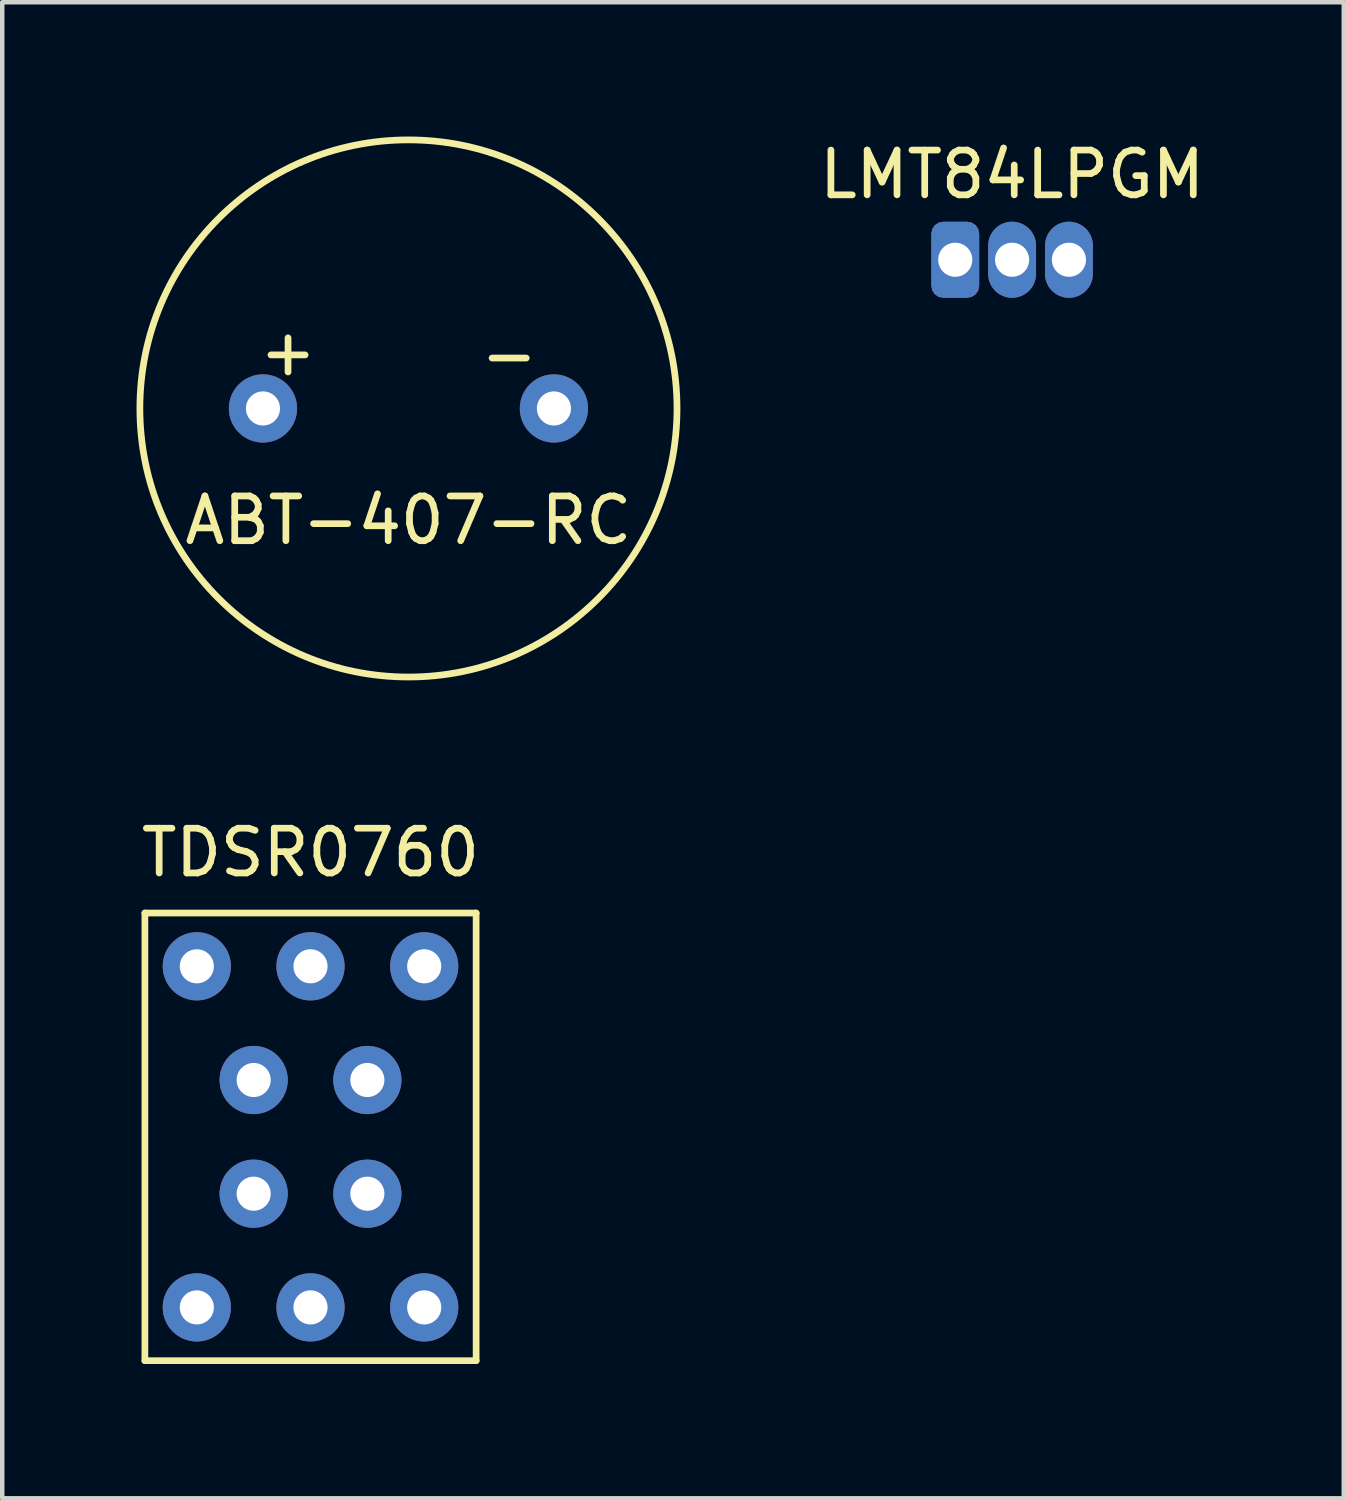
<source format=kicad_pcb>
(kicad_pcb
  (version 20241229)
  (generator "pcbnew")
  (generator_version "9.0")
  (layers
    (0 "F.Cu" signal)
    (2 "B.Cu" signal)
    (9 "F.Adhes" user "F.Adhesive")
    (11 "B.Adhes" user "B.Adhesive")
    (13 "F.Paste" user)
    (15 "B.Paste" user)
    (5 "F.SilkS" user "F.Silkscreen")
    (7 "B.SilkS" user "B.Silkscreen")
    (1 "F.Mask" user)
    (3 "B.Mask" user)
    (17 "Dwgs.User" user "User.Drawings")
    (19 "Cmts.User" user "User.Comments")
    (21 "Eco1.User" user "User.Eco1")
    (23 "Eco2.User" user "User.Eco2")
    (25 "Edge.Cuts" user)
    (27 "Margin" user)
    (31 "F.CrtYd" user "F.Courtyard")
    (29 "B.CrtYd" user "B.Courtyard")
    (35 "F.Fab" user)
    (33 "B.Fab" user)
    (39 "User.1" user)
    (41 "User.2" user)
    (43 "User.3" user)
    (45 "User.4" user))
  (footprint "LMT84LPGM"
    (layer "F.Cu")
    (at 18.291 2.753)
    (property "Reference" "LMT84LPGM" (at 1.27 -1.905 0) (layer "F.SilkS") (effects (font (size 1 1) (thickness 0.15))))
    (attr through_hole)
    (pad "1" thru_hole roundrect (at 0 0) (size 1.07 1.7) (drill oval 0.762) (layers "*.Cu" "*.Mask") (roundrect_rratio 0.25))
    (pad "2" thru_hole oval (at 1.27 0) (size 1.07 1.7) (drill oval 0.762) (layers "*.Cu" "*.Mask"))
    (pad "3" thru_hole oval (at 2.54 0) (size 1.07 1.7) (drill oval 0.762) (layers "*.Cu" "*.Mask")))
  (footprint "ABT-407-RC"
    (layer "F.Cu")
    (at 2.825 6.075)
    (property "Reference" "ABT-407-RC" (at 3.25 2.5 0) (layer "F.SilkS") (effects (font (size 1 1) (thickness 0.15))))
    (attr through_hole)
    (fp_circle (center 3.25 0) (end 9.25 0) (stroke (width 0.15) (type solid)) (fill no) (layer "F.SilkS"))
    (fp_text user "+" (at 0.56 -1.27 0) (layer "F.SilkS") (effects (font (size 1 1) (thickness 0.15))))
    (fp_text user "-" (at 5.5 -1.2 0) (layer "F.SilkS") (effects (font (size 1 1) (thickness 0.15))))
    (pad "1" thru_hole circle (at 0 0) (size 1.524 1.524) (drill 0.762) (layers "*.Cu" "*.Mask"))
    (pad "2" thru_hole circle (at 6.5 0) (size 1.524 1.524) (drill 0.762) (layers "*.Cu" "*.Mask")))
  (footprint "TDSR0760"
    (layer "F.Cu")
    (at 3.887 22.348)
    (property "Reference" "TDSR0760" (at 0 -6.35 0) (layer "F.SilkS") (effects (font (size 1 1) (thickness 0.15))))
    (attr through_hole)
    (fp_line (start -3.7 -5) (end -3.7 5) (stroke (width 0.15) (type solid)) (layer "F.SilkS"))
    (fp_line (start -3.7 5) (end 3.7 5) (stroke (width 0.15) (type solid)) (layer "F.SilkS"))
    (fp_line (start 3.7 -5) (end -3.7 -5) (stroke (width 0.15) (type solid)) (layer "F.SilkS"))
    (fp_line (start 3.7 5) (end 3.7 -5) (stroke (width 0.15) (type solid)) (layer "F.SilkS"))
    (pad "1" thru_hole circle (at -2.54 3.81) (size 1.524 1.524) (drill 0.762) (layers "*.Cu" "*.Mask"))
    (pad "2" thru_hole circle (at -1.27 1.27) (size 1.524 1.524) (drill 0.762) (layers "*.Cu" "*.Mask"))
    (pad "3" thru_hole circle (at 0 3.81) (size 1.524 1.524) (drill 0.762) (layers "*.Cu" "*.Mask"))
    (pad "4" thru_hole circle (at 1.27 1.27) (size 1.524 1.524) (drill 0.762) (layers "*.Cu" "*.Mask"))
    (pad "5" thru_hole circle (at 2.54 3.81) (size 1.524 1.524) (drill 0.762) (layers "*.Cu" "*.Mask"))
    (pad "6" thru_hole circle (at 2.54 -3.81) (size 1.524 1.524) (drill 0.762) (layers "*.Cu" "*.Mask"))
    (pad "7" thru_hole circle (at 1.27 -1.27) (size 1.524 1.524) (drill 0.762) (layers "*.Cu" "*.Mask"))
    (pad "8" thru_hole circle (at 0 -3.81) (size 1.524 1.524) (drill 0.762) (layers "*.Cu" "*.Mask"))
    (pad "9" thru_hole circle (at -1.27 -1.27) (size 1.524 1.524) (drill 0.762) (layers "*.Cu" "*.Mask"))
    (pad "10" thru_hole circle (at -2.54 -3.81) (size 1.524 1.524) (drill 0.762) (layers "*.Cu" "*.Mask")))
  (gr_rect
    (start -3 -3)
    (end 26.971 30.423)
    (stroke (width 0.1) (type default))
    (fill no)
    (layer "Edge.Cuts")))
</source>
